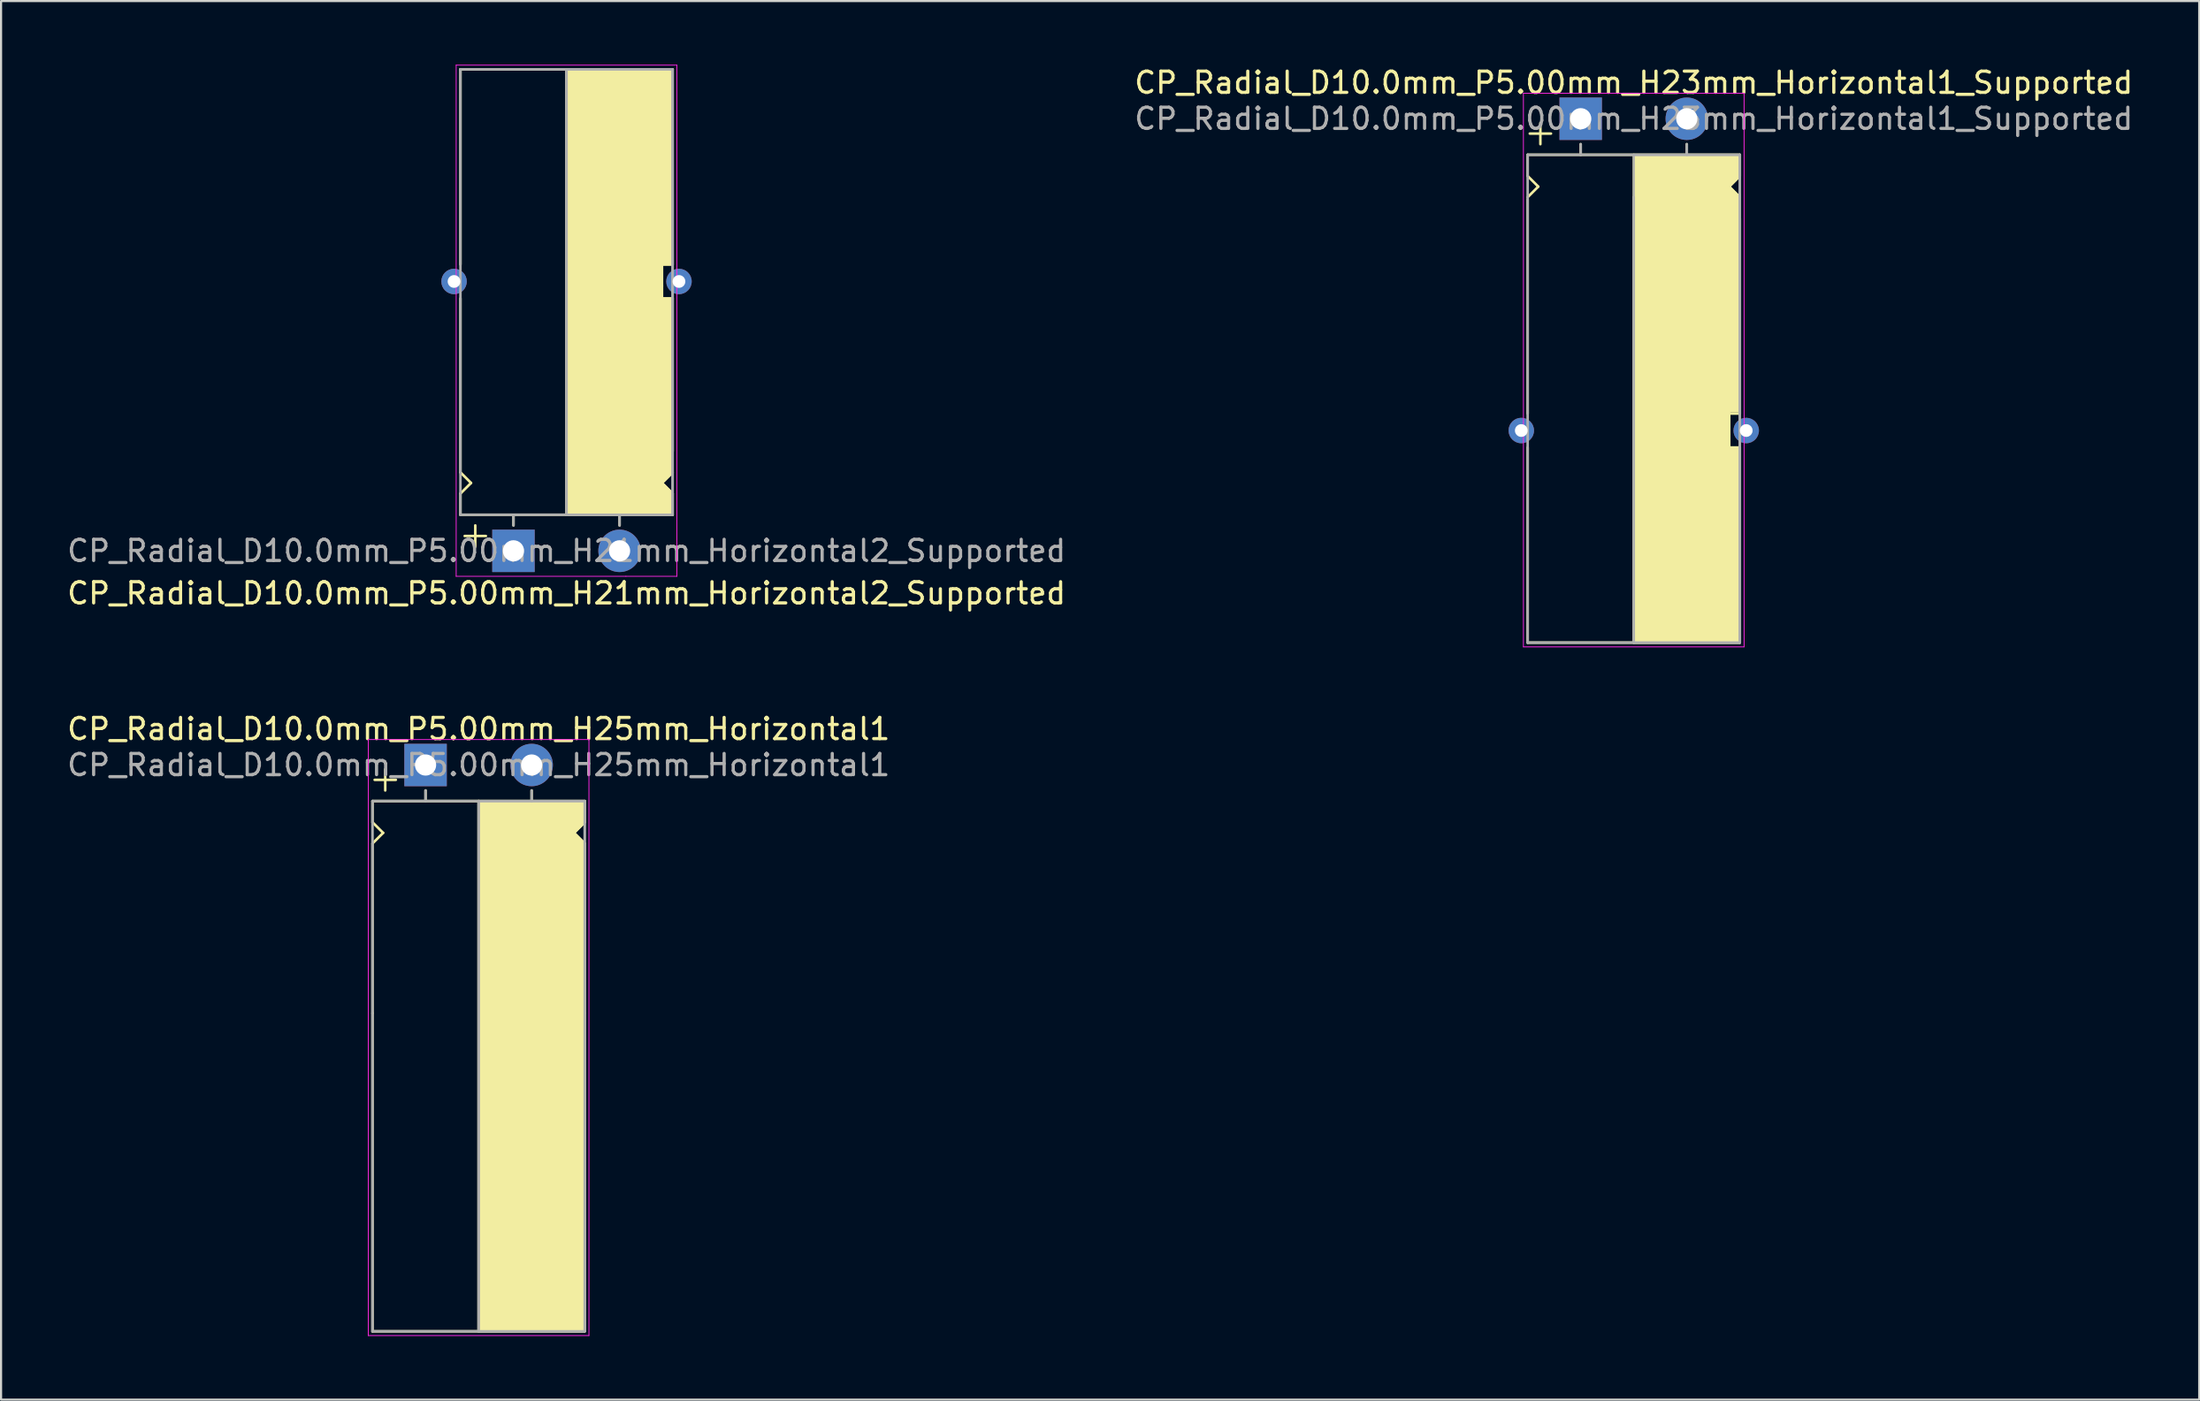
<source format=kicad_pcb>
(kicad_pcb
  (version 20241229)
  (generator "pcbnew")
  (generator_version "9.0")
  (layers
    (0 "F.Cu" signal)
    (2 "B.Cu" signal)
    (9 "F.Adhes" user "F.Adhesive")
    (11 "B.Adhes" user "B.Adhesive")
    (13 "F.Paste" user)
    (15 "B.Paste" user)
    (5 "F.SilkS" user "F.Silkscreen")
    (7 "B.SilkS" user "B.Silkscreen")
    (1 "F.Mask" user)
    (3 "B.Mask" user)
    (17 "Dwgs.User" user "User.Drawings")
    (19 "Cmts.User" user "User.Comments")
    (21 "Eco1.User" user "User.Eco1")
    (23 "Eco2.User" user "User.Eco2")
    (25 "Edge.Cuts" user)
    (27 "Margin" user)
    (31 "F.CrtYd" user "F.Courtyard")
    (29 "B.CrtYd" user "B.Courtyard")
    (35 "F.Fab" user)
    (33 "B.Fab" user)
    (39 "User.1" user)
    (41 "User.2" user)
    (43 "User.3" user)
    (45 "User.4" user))
  (footprint "CP_Radial_D10.0mm_P5.00mm_H25mm_Horizontal1"
    (layer "F.Cu")
    (at 17.006 33.017)
    (property "Reference" "CP_Radial_D10.0mm_P5.00mm_H25mm_Horizontal1" (at 2.5 -1.7 0) (layer "F.SilkS") (effects (font (size 1 1) (thickness 0.15))))
    (attr through_hole)
    (fp_line (start -2.5 1.7) (end -2.5 2.7) (stroke (width 0.12) (type solid)) (layer "F.SilkS"))
    (fp_line (start -2.5 2.7) (end -2 3.2) (stroke (width 0.12) (type solid)) (layer "F.SilkS"))
    (fp_line (start -2.5 3.7) (end -2.5 11.7) (stroke (width 0.12) (type solid)) (layer "F.SilkS"))
    (fp_line (start -2.5 11.7) (end -2.5 26.7) (stroke (width 0.12) (type solid)) (layer "F.SilkS"))
    (fp_line (start -2.5 26.7) (end 7.5 26.7) (stroke (width 0.12) (type solid)) (layer "F.SilkS"))
    (fp_line (start -2 3.2) (end -2.5 3.7) (stroke (width 0.12) (type solid)) (layer "F.SilkS"))
    (fp_line (start -1.9 0.2) (end -1.9 1.2) (stroke (width 0.12) (type solid)) (layer "F.SilkS"))
    (fp_line (start -1.4 0.7) (end -2.4 0.7) (stroke (width 0.12) (type solid)) (layer "F.SilkS"))
    (fp_line (start 0 1.7) (end 0 1.2) (stroke (width 0.12) (type solid)) (layer "F.SilkS"))
    (fp_line (start 2.5 1.7) (end -2.5 1.7) (stroke (width 0.12) (type solid)) (layer "F.SilkS"))
    (fp_line (start 2.5 26.7) (end 2.5 1.7) (stroke (width 0.12) (type solid)) (layer "F.SilkS"))
    (fp_line (start 5 1.7) (end 5 1.2) (stroke (width 0.12) (type solid)) (layer "F.SilkS"))
    (fp_line (start 7 3.2) (end 7.5 3.7) (stroke (width 0.12) (type solid)) (layer "F.SilkS"))
    (fp_line (start 7.5 1.7) (end 2.5 1.7) (stroke (width 0.12) (type solid)) (layer "F.SilkS"))
    (fp_line (start 7.5 1.7) (end 7.5 2.7) (stroke (width 0.12) (type solid)) (layer "F.SilkS"))
    (fp_line (start 7.5 2.7) (end 7 3.2) (stroke (width 0.12) (type solid)) (layer "F.SilkS"))
    (fp_line (start 7.5 3.7) (end 7.5 11.7) (stroke (width 0.12) (type solid)) (layer "F.SilkS"))
    (fp_line (start 7.5 11.7) (end 7.5 26.7) (stroke (width 0.12) (type solid)) (layer "F.SilkS"))
    (fp_poly (pts (xy 7.5 2.7) (xy 7 3.2) (xy 7.5 3.7) (xy 7.5 26.7) (xy 2.5 26.7) (xy 2.5 1.7) (xy 7.5 1.7)) (stroke (width 0.1) (type solid)) (fill yes) (layer "F.SilkS"))
    (fp_line (start -2.7 -1.2) (end 5.3 -1.2) (stroke (width 0.04) (type solid)) (layer "F.CrtYd"))
    (fp_line (start -2.7 26.9) (end -2.7 -1.2) (stroke (width 0.04) (type solid)) (layer "F.CrtYd"))
    (fp_line (start 5.3 -1.2) (end 7.7 -1.2) (stroke (width 0.04) (type solid)) (layer "F.CrtYd"))
    (fp_line (start 7.7 -1.2) (end 7.7 26.9) (stroke (width 0.04) (type solid)) (layer "F.CrtYd"))
    (fp_line (start 7.7 26.9) (end -2.7 26.9) (stroke (width 0.04) (type solid)) (layer "F.CrtYd"))
    (fp_line (start -2.5 1.7) (end -2.5 26.7) (stroke (width 0.12) (type solid)) (layer "F.Fab"))
    (fp_line (start -2.5 26.7) (end 7.5 26.7) (stroke (width 0.12) (type solid)) (layer "F.Fab"))
    (fp_line (start 0 1.7) (end 0 1.2) (stroke (width 0.12) (type solid)) (layer "F.Fab"))
    (fp_line (start 2.5 1.7) (end 2.5 26.7) (stroke (width 0.12) (type solid)) (layer "F.Fab"))
    (fp_line (start 5 1.7) (end 5 1.2) (stroke (width 0.12) (type solid)) (layer "F.Fab"))
    (fp_line (start 7.5 1.7) (end -2.5 1.7) (stroke (width 0.12) (type solid)) (layer "F.Fab"))
    (fp_line (start 7.5 26.7) (end 7.5 1.7) (stroke (width 0.12) (type solid)) (layer "F.Fab"))
    (fp_poly (pts (xy 7.5 26.7) (xy 2.5 26.7) (xy 2.5 1.7) (xy 7.5 1.7)) (stroke (width 0.1) (type solid)) (fill no) (layer "F.Fab"))
    (fp_text user "${REFERENCE}" (at 2.5 0 0) (layer "F.Fab") (effects (font (size 1 1) (thickness 0.15))))
    (pad "1" thru_hole rect (at 0 0) (size 2 2) (drill 1) (layers "*.Cu" "*.Mask"))
    (pad "2" thru_hole circle (at 5 0) (size 2 2) (drill 1) (layers "*.Cu" "*.Mask")))
  (footprint "CP_Radial_D10.0mm_P5.00mm_H23mm_Horizontal1_Supported"
    (layer "F.Cu")
    (at 71.446 2.548)
    (property "Reference" "CP_Radial_D10.0mm_P5.00mm_H23mm_Horizontal1_Supported" (at 2.5 -1.7 0) (layer "F.SilkS") (effects (font (size 1 1) (thickness 0.15))))
    (attr through_hole)
    (fp_line (start -2.5 1.7) (end -2.5 2.7) (stroke (width 0.12) (type solid)) (layer "F.SilkS"))
    (fp_line (start -2.5 2.7) (end -2 3.2) (stroke (width 0.12) (type solid)) (layer "F.SilkS"))
    (fp_line (start -2.5 3.8) (end -2.5 13.9) (stroke (width 0.12) (type solid)) (layer "F.SilkS"))
    (fp_line (start -2.5 15.5) (end -2.5 24.7) (stroke (width 0.12) (type solid)) (layer "F.SilkS"))
    (fp_line (start -2.5 24.7) (end 7.5 24.7) (stroke (width 0.12) (type solid)) (layer "F.SilkS"))
    (fp_line (start -2 3.2) (end -2.5 3.7) (stroke (width 0.12) (type solid)) (layer "F.SilkS"))
    (fp_line (start -1.9 0.2) (end -1.9 1.2) (stroke (width 0.12) (type solid)) (layer "F.SilkS"))
    (fp_line (start -1.4 0.7) (end -2.4 0.7) (stroke (width 0.12) (type solid)) (layer "F.SilkS"))
    (fp_line (start 0 1.7) (end 0 1.2) (stroke (width 0.12) (type solid)) (layer "F.SilkS"))
    (fp_line (start 2.5 1.7) (end -2.5 1.7) (stroke (width 0.12) (type solid)) (layer "F.SilkS"))
    (fp_line (start 2.5 24.7) (end 2.5 3.7) (stroke (width 0.12) (type solid)) (layer "F.SilkS"))
    (fp_line (start 5 1.7) (end 5 1.2) (stroke (width 0.12) (type solid)) (layer "F.SilkS"))
    (fp_line (start 7 3.2) (end 7.5 3.7) (stroke (width 0.12) (type solid)) (layer "F.SilkS"))
    (fp_line (start 7 13.9) (end 7.5 13.9) (stroke (width 0.12) (type solid)) (layer "F.SilkS"))
    (fp_line (start 7 14.9) (end 7 13.9) (stroke (width 0.12) (type solid)) (layer "F.SilkS"))
    (fp_line (start 7 15.5) (end 7 14.9) (stroke (width 0.12) (type solid)) (layer "F.SilkS"))
    (fp_line (start 7.5 1.7) (end 2.5 1.7) (stroke (width 0.12) (type solid)) (layer "F.SilkS"))
    (fp_line (start 7.5 1.7) (end 7.5 2.7) (stroke (width 0.12) (type solid)) (layer "F.SilkS"))
    (fp_line (start 7.5 2.7) (end 7 3.2) (stroke (width 0.12) (type solid)) (layer "F.SilkS"))
    (fp_line (start 7.5 4.7) (end 7.5 13.9) (stroke (width 0.12) (type solid)) (layer "F.SilkS"))
    (fp_line (start 7.5 15.5) (end 7 15.5) (stroke (width 0.12) (type solid)) (layer "F.SilkS"))
    (fp_line (start 7.5 15.5) (end 7.5 24.7) (stroke (width 0.12) (type solid)) (layer "F.SilkS"))
    (fp_poly (pts (xy 7.5 2.7) (xy 7 3.2) (xy 7.5 3.7) (xy 7.5 13.8) (xy 7 13.8) (xy 7 15.5) (xy 7.5 15.5) (xy 7.5 24.7) (xy 2.5 24.7) (xy 2.5 1.7) (xy 7.5 1.7)) (stroke (width 0.1) (type solid)) (fill yes) (layer "F.SilkS"))
    (fp_line (start -2.7 -1.2) (end 5.3 -1.2) (stroke (width 0.04) (type solid)) (layer "F.CrtYd"))
    (fp_line (start -2.7 24.9) (end -2.7 -1.2) (stroke (width 0.04) (type solid)) (layer "F.CrtYd"))
    (fp_line (start 5.3 -1.2) (end 7.7 -1.2) (stroke (width 0.04) (type solid)) (layer "F.CrtYd"))
    (fp_line (start 7.7 -1.2) (end 7.7 24.9) (stroke (width 0.04) (type solid)) (layer "F.CrtYd"))
    (fp_line (start 7.7 24.9) (end -2.7 24.9) (stroke (width 0.04) (type solid)) (layer "F.CrtYd"))
    (fp_line (start -2.5 1.7) (end -2.5 24.7) (stroke (width 0.12) (type solid)) (layer "F.Fab"))
    (fp_line (start -2.5 24.7) (end 7.5 24.7) (stroke (width 0.12) (type solid)) (layer "F.Fab"))
    (fp_line (start 0 1.7) (end 0 1.2) (stroke (width 0.12) (type solid)) (layer "F.Fab"))
    (fp_line (start 2.5 3.7) (end 2.5 24.7) (stroke (width 0.12) (type solid)) (layer "F.Fab"))
    (fp_line (start 5 1.7) (end 5 1.2) (stroke (width 0.12) (type solid)) (layer "F.Fab"))
    (fp_line (start 7.5 1.7) (end -2.5 1.7) (stroke (width 0.12) (type solid)) (layer "F.Fab"))
    (fp_line (start 7.5 24.7) (end 7.5 1.7) (stroke (width 0.12) (type solid)) (layer "F.Fab"))
    (fp_poly (pts (xy 7.5 24.7) (xy 2.5 24.7) (xy 2.5 1.7) (xy 7.5 1.7)) (stroke (width 0.1) (type solid)) (fill no) (layer "F.Fab"))
    (fp_text user "${REFERENCE}" (at 2.5 0 0) (layer "F.Fab") (effects (font (size 1 1) (thickness 0.15))))
    (pad "" thru_hole circle (at -2.8 14.7) (size 1.2 1.2) (drill 0.6) (layers "*.Cu" "*.Mask"))
    (pad "" thru_hole circle (at 7.8 14.7) (size 1.2 1.2) (drill 0.6) (layers "*.Cu" "*.Mask"))
    (pad "1" thru_hole rect (at 0 0) (size 2 2) (drill 1) (layers "*.Cu" "*.Mask"))
    (pad "2" thru_hole circle (at 5 0) (size 2 2) (drill 1) (layers "*.Cu" "*.Mask")))
  (footprint "CP_Radial_D10.0mm_P5.00mm_H21mm_Horizontal2_Supported"
    (layer "F.Cu")
    (at 21.149 22.92)
    (property "Reference" "CP_Radial_D10.0mm_P5.00mm_H21mm_Horizontal2_Supported" (at 2.5 2 0) (layer "F.SilkS") (effects (font (size 1 1) (thickness 0.15))))
    (attr through_hole)
    (fp_line (start -2.5 -22.7) (end 7.5 -22.7) (stroke (width 0.12) (type solid)) (layer "F.SilkS"))
    (fp_line (start -2.5 -13.5) (end -2.5 -22.7) (stroke (width 0.12) (type solid)) (layer "F.SilkS"))
    (fp_line (start -2.5 -3.7) (end -2.5 -11.9) (stroke (width 0.12) (type solid)) (layer "F.SilkS"))
    (fp_line (start -2.5 -2.7) (end -2 -3.2) (stroke (width 0.12) (type solid)) (layer "F.SilkS"))
    (fp_line (start -2.5 -1.7) (end -2.5 -2.7) (stroke (width 0.12) (type solid)) (layer "F.SilkS"))
    (fp_line (start -2 -3.2) (end -2.5 -3.7) (stroke (width 0.12) (type solid)) (layer "F.SilkS"))
    (fp_line (start -1.8 -1.2) (end -1.8 -0.2) (stroke (width 0.12) (type solid)) (layer "F.SilkS"))
    (fp_line (start -1.3 -0.7) (end -2.3 -0.7) (stroke (width 0.12) (type solid)) (layer "F.SilkS"))
    (fp_line (start 0 -1.7) (end 0 -1.2) (stroke (width 0.12) (type solid)) (layer "F.SilkS"))
    (fp_line (start 2.5 -22.7) (end 2.5 -1.7) (stroke (width 0.12) (type solid)) (layer "F.SilkS"))
    (fp_line (start 2.5 -1.7) (end -2.5 -1.7) (stroke (width 0.12) (type solid)) (layer "F.SilkS"))
    (fp_line (start 5 -1.7) (end 5 -1.2) (stroke (width 0.12) (type solid)) (layer "F.SilkS"))
    (fp_line (start 7 -13.5) (end 7 -12.5) (stroke (width 0.12) (type solid)) (layer "F.SilkS"))
    (fp_line (start 7 -12.5) (end 7 -11.9) (stroke (width 0.12) (type solid)) (layer "F.SilkS"))
    (fp_line (start 7 -11.9) (end 7.5 -11.9) (stroke (width 0.12) (type solid)) (layer "F.SilkS"))
    (fp_line (start 7 -3.2) (end 7.5 -3.7) (stroke (width 0.12) (type solid)) (layer "F.SilkS"))
    (fp_line (start 7.5 -13.5) (end 7 -13.5) (stroke (width 0.12) (type solid)) (layer "F.SilkS"))
    (fp_line (start 7.5 -13.5) (end 7.5 -22.7) (stroke (width 0.12) (type solid)) (layer "F.SilkS"))
    (fp_line (start 7.5 -4.7) (end 7.5 -11.9) (stroke (width 0.12) (type solid)) (layer "F.SilkS"))
    (fp_line (start 7.5 -2.7) (end 7 -3.2) (stroke (width 0.12) (type solid)) (layer "F.SilkS"))
    (fp_line (start 7.5 -1.7) (end 2.5 -1.7) (stroke (width 0.12) (type solid)) (layer "F.SilkS"))
    (fp_line (start 7.5 -1.7) (end 7.5 -2.7) (stroke (width 0.12) (type solid)) (layer "F.SilkS"))
    (fp_poly (pts (xy 7.5 -2.7) (xy 7 -3.2) (xy 7.5 -3.7) (xy 7.5 -11.9) (xy 7 -11.9) (xy 7 -13.5) (xy 7.5 -13.5) (xy 7.5 -22.7) (xy 2.5 -22.7) (xy 2.5 -1.7) (xy 7.5 -1.7)) (stroke (width 0.1) (type solid)) (fill yes) (layer "F.SilkS"))
    (fp_line (start -2.7 -22.9) (end -2.7 1.2) (stroke (width 0.04) (type solid)) (layer "F.CrtYd"))
    (fp_line (start -2.7 1.2) (end 5.3 1.2) (stroke (width 0.04) (type solid)) (layer "F.CrtYd"))
    (fp_line (start 5.3 1.2) (end 7.7 1.2) (stroke (width 0.04) (type solid)) (layer "F.CrtYd"))
    (fp_line (start 7.7 -22.9) (end -2.7 -22.9) (stroke (width 0.04) (type solid)) (layer "F.CrtYd"))
    (fp_line (start 7.7 1.2) (end 7.7 -22.9) (stroke (width 0.04) (type solid)) (layer "F.CrtYd"))
    (fp_line (start -2.5 -22.7) (end 7.5 -22.7) (stroke (width 0.12) (type solid)) (layer "F.Fab"))
    (fp_line (start -2.5 -1.7) (end -2.5 -22.7) (stroke (width 0.12) (type solid)) (layer "F.Fab"))
    (fp_line (start 0 -1.7) (end 0 -1.2) (stroke (width 0.12) (type solid)) (layer "F.Fab"))
    (fp_line (start 2.5 -1.7) (end 2.5 -22.7) (stroke (width 0.12) (type solid)) (layer "F.Fab"))
    (fp_line (start 5 -1.7) (end 5 -1.2) (stroke (width 0.12) (type solid)) (layer "F.Fab"))
    (fp_line (start 7.5 -22.7) (end 7.5 -1.7) (stroke (width 0.12) (type solid)) (layer "F.Fab"))
    (fp_line (start 7.5 -1.7) (end -2.5 -1.7) (stroke (width 0.12) (type solid)) (layer "F.Fab"))
    (fp_poly (pts (xy 7.5 -22.7) (xy 2.5 -22.7) (xy 2.5 -1.7) (xy 7.5 -1.7)) (stroke (width 0.1) (type solid)) (fill no) (layer "F.Fab"))
    (fp_text user "${REFERENCE}" (at 2.5 0 0) (layer "F.Fab") (effects (font (size 1 1) (thickness 0.15))))
    (pad "" thru_hole circle (at -2.8 -12.7 180) (size 1.2 1.2) (drill 0.6) (layers "*.Cu" "*.Mask"))
    (pad "" thru_hole circle (at 7.8 -12.7 180) (size 1.2 1.2) (drill 0.6) (layers "*.Cu" "*.Mask"))
    (pad "1" thru_hole rect (at 0 0) (size 2 2) (drill 1) (layers "*.Cu" "*.Mask"))
    (pad "2" thru_hole circle (at 5 0) (size 2 2) (drill 1) (layers "*.Cu" "*.Mask")))
  (gr_rect
    (start -3 -3)
    (end 100.595 62.937)
    (stroke (width 0.1) (type default))
    (fill no)
    (layer "Edge.Cuts")))
</source>
